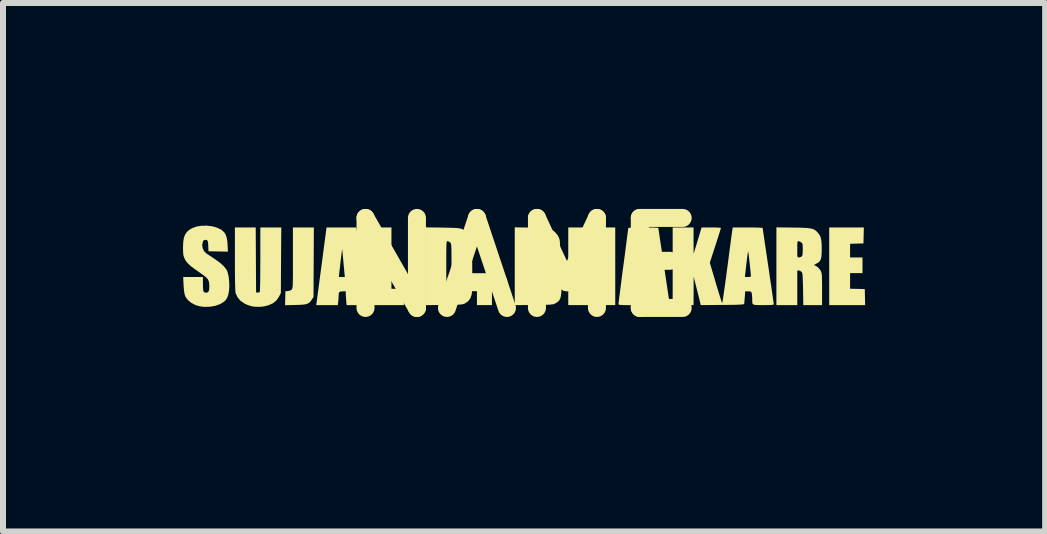
<source format=kicad_pcb>
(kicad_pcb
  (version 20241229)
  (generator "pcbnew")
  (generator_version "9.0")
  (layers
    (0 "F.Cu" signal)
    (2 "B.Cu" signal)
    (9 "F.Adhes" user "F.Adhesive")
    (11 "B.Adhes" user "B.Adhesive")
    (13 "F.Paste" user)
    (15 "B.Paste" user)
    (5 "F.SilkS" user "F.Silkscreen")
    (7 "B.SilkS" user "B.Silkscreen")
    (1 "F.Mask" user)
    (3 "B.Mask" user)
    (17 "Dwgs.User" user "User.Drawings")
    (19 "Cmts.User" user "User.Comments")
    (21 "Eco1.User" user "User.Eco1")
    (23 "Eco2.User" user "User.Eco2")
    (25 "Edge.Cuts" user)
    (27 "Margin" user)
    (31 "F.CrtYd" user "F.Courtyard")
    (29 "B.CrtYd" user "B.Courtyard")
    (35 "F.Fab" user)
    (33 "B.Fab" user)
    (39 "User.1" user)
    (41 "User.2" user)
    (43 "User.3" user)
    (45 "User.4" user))
  (footprint "NAME"
    (layer "F.Cu")
    (at 5.649 1.404)
    (property "Reference" "NAME" (at 0 0 0) (layer "F.SilkS") (effects (font (size 1.5 1.5) (thickness 0.3))))
    (attr board_only exclude_from_pos_files exclude_from_bom)
    (fp_poly (pts (xy -0.5 0.495) (xy -0.5 0.631) (xy -0.625 0.631) (xy -0.75 0.631) (xy -0.75 0.495) (xy -0.75 0.359) (xy -0.625 0.359) (xy -0.5 0.359)) (stroke (width 0) (type solid)) (fill yes) (layer "F.SilkS"))
    (fp_poly (pts (xy -2.175 -0.153) (xy -2.175 0.358) (xy -2.074 0.361) (xy -1.974 0.364) (xy -1.97 0.497) (xy -1.967 0.631) (xy -2.245 0.631) (xy -2.523 0.631) (xy -2.523 -0.016) (xy -2.523 -0.663) (xy -2.349 -0.663) (xy -2.175 -0.663)) (stroke (width 0) (type solid)) (fill yes) (layer "F.SilkS"))
    (fp_poly (pts (xy 1.12 -0.435) (xy 1.12 -0.207) (xy 1.163 -0.207) (xy 1.207 -0.207) (xy 1.207 -0.435) (xy 1.207 -0.663) (xy 1.381 -0.663) (xy 1.555 -0.663) (xy 1.555 -0.016) (xy 1.555 0.631) (xy 1.381 0.631) (xy 1.207 0.631) (xy 1.207 0.364) (xy 1.207 0.098) (xy 1.163 0.098) (xy 1.12 0.098) (xy 1.12 0.364) (xy 1.12 0.631) (xy 0.946 0.631) (xy 0.772 0.631) (xy 0.772 -0.016) (xy 0.772 -0.663) (xy 0.946 -0.663) (xy 1.12 -0.663)) (stroke (width 0) (type solid)) (fill yes) (layer "F.SilkS"))
    (fp_poly (pts (xy 5.695 -0.53) (xy 5.692 -0.397) (xy 5.581 -0.394) (xy 5.469 -0.391) (xy 5.469 -0.277) (xy 5.469 -0.163) (xy 5.573 -0.163) (xy 5.676 -0.163) (xy 5.676 -0.033) (xy 5.676 0.098) (xy 5.573 0.098) (xy 5.469 0.098) (xy 5.469 0.228) (xy 5.469 0.358) (xy 5.592 0.361) (xy 5.714 0.364) (xy 5.717 0.497) (xy 5.72 0.631) (xy 5.421 0.631) (xy 5.121 0.631) (xy 5.121 -0.016) (xy 5.121 -0.663) (xy 5.41 -0.663) (xy 5.698 -0.663)) (stroke (width 0) (type solid)) (fill yes) (layer "F.SilkS"))
    (fp_poly (pts (xy -3.471 -0.083) (xy -3.474 0.496) (xy -3.504 0.541) (xy -3.525 0.57) (xy -3.546 0.591) (xy -3.572 0.607) (xy -3.605 0.617) (xy -3.651 0.623) (xy -3.711 0.627) (xy -3.776 0.629) (xy -3.948 0.633) (xy -3.945 0.516) (xy -3.942 0.4) (xy -3.899 0.397) (xy -3.858 0.387) (xy -3.836 0.37) (xy -3.832 0.363) (xy -3.828 0.354) (xy -3.825 0.34) (xy -3.822 0.32) (xy -3.82 0.292) (xy -3.819 0.253) (xy -3.818 0.203) (xy -3.817 0.138) (xy -3.817 0.057) (xy -3.817 -0.041) (xy -3.817 -0.159) (xy -3.817 -0.663) (xy -3.642 -0.663) (xy -3.468 -0.663)) (stroke (width 0) (type solid)) (fill yes) (layer "F.SilkS"))
    (fp_poly (pts (xy -4.434 -0.122) (xy -4.431 0.419) (xy -4.405 0.422) (xy -4.381 0.42) (xy -4.37 0.411) (xy -4.368 0.398) (xy -4.366 0.365) (xy -4.365 0.314) (xy -4.363 0.249) (xy -4.362 0.17) (xy -4.361 0.08) (xy -4.361 -0.019) (xy -4.36 -0.124) (xy -4.36 -0.133) (xy -4.36 -0.663) (xy -4.186 -0.663) (xy -4.011 -0.663) (xy -4.015 -0.117) (xy -4.018 0.429) (xy -4.043 0.478) (xy -4.065 0.515) (xy -4.089 0.548) (xy -4.097 0.558) (xy -4.15 0.6) (xy -4.219 0.632) (xy -4.298 0.653) (xy -4.384 0.661) (xy -4.472 0.656) (xy -4.502 0.651) (xy -4.537 0.641) (xy -4.581 0.625) (xy -4.621 0.606) (xy -4.688 0.562) (xy -4.738 0.504) (xy -4.771 0.434) (xy -4.773 0.426) (xy -4.776 0.405) (xy -4.778 0.364) (xy -4.78 0.304) (xy -4.782 0.225) (xy -4.783 0.131) (xy -4.784 0.021) (xy -4.784 -0.102) (xy -4.784 -0.139) (xy -4.784 -0.663) (xy -4.61 -0.663) (xy -4.437 -0.663)) (stroke (width 0) (type solid)) (fill yes) (layer "F.SilkS"))
    (fp_poly (pts (xy -2.757 -0.639) (xy -2.754 -0.624) (xy -2.749 -0.589) (xy -2.741 -0.537) (xy -2.73 -0.47) (xy -2.718 -0.389) (xy -2.704 -0.297) (xy -2.689 -0.196) (xy -2.673 -0.087) (xy -2.664 -0.022) (xy -2.647 0.09) (xy -2.632 0.196) (xy -2.617 0.294) (xy -2.604 0.382) (xy -2.592 0.458) (xy -2.583 0.521) (xy -2.576 0.566) (xy -2.572 0.594) (xy -2.57 0.601) (xy -2.564 0.631) (xy -2.743 0.631) (xy -2.922 0.631) (xy -2.929 0.557) (xy -2.932 0.512) (xy -2.935 0.469) (xy -2.936 0.443) (xy -2.936 0.402) (xy -2.989 0.402) (xy -3.024 0.405) (xy -3.044 0.414) (xy -3.053 0.436) (xy -3.055 0.475) (xy -3.055 0.477) (xy -3.057 0.512) (xy -3.06 0.555) (xy -3.062 0.574) (xy -3.069 0.631) (xy -3.249 0.631) (xy -3.428 0.631) (xy -3.422 0.584) (xy -3.419 0.565) (xy -3.414 0.526) (xy -3.407 0.47) (xy -3.397 0.399) (xy -3.386 0.315) (xy -3.374 0.22) (xy -3.366 0.163) (xy -3.051 0.163) (xy -3.002 0.163) (xy -2.952 0.163) (xy -2.974 -0.07) (xy -2.98 -0.138) (xy -2.986 -0.199) (xy -2.991 -0.248) (xy -2.994 -0.282) (xy -2.996 -0.3) (xy -2.997 -0.301) (xy -2.998 -0.29) (xy -3.002 -0.262) (xy -3.008 -0.22) (xy -3.014 -0.168) (xy -3.021 -0.11) (xy -3.028 -0.051) (xy -3.034 0.006) (xy -3.04 0.057) (xy -3.045 0.097) (xy -3.047 0.122) (xy -3.051 0.163) (xy -3.366 0.163) (xy -3.36 0.116) (xy -3.345 0.006) (xy -3.336 -0.063) (xy -3.257 -0.663) (xy -3.01 -0.663) (xy -2.762 -0.663)) (stroke (width 0) (type solid)) (fill yes) (layer "F.SilkS"))
    (fp_poly (pts (xy -1.329 -0.661) (xy -1.239 -0.659) (xy -1.168 -0.657) (xy -1.114 -0.655) (xy -1.072 -0.652) (xy -1.041 -0.648) (xy -1.018 -0.643) (xy -1.001 -0.638) (xy -0.935 -0.604) (xy -0.886 -0.56) (xy -0.857 -0.514) (xy -0.851 -0.501) (xy -0.846 -0.487) (xy -0.841 -0.472) (xy -0.838 -0.452) (xy -0.835 -0.426) (xy -0.834 -0.391) (xy -0.832 -0.345) (xy -0.831 -0.286) (xy -0.83 -0.211) (xy -0.829 -0.118) (xy -0.829 -0.034) (xy -0.828 0.098) (xy -0.828 0.21) (xy -0.829 0.302) (xy -0.831 0.373) (xy -0.834 0.422) (xy -0.837 0.45) (xy -0.859 0.516) (xy -0.895 0.565) (xy -0.945 0.6) (xy -0.946 0.601) (xy -0.961 0.608) (xy -0.977 0.614) (xy -0.996 0.618) (xy -1.021 0.621) (xy -1.054 0.624) (xy -1.1 0.625) (xy -1.159 0.627) (xy -1.235 0.628) (xy -1.302 0.629) (xy -1.609 0.632) (xy -1.609 -0.016) (xy -1.261 -0.016) (xy -1.261 0.093) (xy -1.26 0.188) (xy -1.259 0.267) (xy -1.257 0.33) (xy -1.255 0.373) (xy -1.253 0.398) (xy -1.251 0.402) (xy -1.234 0.398) (xy -1.214 0.39) (xy -1.19 0.368) (xy -1.181 0.345) (xy -1.179 0.327) (xy -1.178 0.289) (xy -1.177 0.236) (xy -1.176 0.169) (xy -1.175 0.092) (xy -1.174 0.008) (xy -1.174 -0.039) (xy -1.174 -0.136) (xy -1.175 -0.214) (xy -1.175 -0.274) (xy -1.176 -0.32) (xy -1.178 -0.353) (xy -1.18 -0.377) (xy -1.184 -0.393) (xy -1.188 -0.403) (xy -1.193 -0.41) (xy -1.196 -0.413) (xy -1.22 -0.429) (xy -1.24 -0.435) (xy -1.245 -0.434) (xy -1.25 -0.431) (xy -1.253 -0.424) (xy -1.256 -0.41) (xy -1.258 -0.388) (xy -1.259 -0.355) (xy -1.26 -0.31) (xy -1.261 -0.25) (xy -1.261 -0.173) (xy -1.261 -0.078) (xy -1.261 -0.016) (xy -1.609 -0.016) (xy -1.609 -0.017) (xy -1.609 -0.665)) (stroke (width 0) (type solid)) (fill yes) (layer "F.SilkS"))
    (fp_poly (pts (xy 4.521 -0.661) (xy 4.617 -0.66) (xy 4.694 -0.657) (xy 4.754 -0.654) (xy 4.802 -0.648) (xy 4.839 -0.64) (xy 4.868 -0.629) (xy 4.892 -0.614) (xy 4.913 -0.595) (xy 4.933 -0.574) (xy 4.957 -0.543) (xy 4.974 -0.511) (xy 4.985 -0.473) (xy 4.992 -0.426) (xy 4.996 -0.364) (xy 4.996 -0.304) (xy 4.995 -0.231) (xy 4.991 -0.176) (xy 4.981 -0.135) (xy 4.966 -0.104) (xy 4.944 -0.081) (xy 4.912 -0.062) (xy 4.904 -0.058) (xy 4.879 -0.044) (xy 4.868 -0.035) (xy 4.871 -0.033) (xy 4.898 -0.024) (xy 4.93 -0.001) (xy 4.96 0.03) (xy 4.98 0.061) (xy 4.987 0.076) (xy 4.992 0.093) (xy 4.996 0.115) (xy 4.999 0.145) (xy 5 0.185) (xy 5.001 0.238) (xy 5.002 0.309) (xy 5.002 0.368) (xy 5.002 0.631) (xy 4.845 0.631) (xy 4.689 0.631) (xy 4.685 0.365) (xy 4.683 0.281) (xy 4.681 0.216) (xy 4.679 0.168) (xy 4.677 0.133) (xy 4.674 0.109) (xy 4.67 0.093) (xy 4.664 0.082) (xy 4.66 0.077) (xy 4.636 0.06) (xy 4.614 0.054) (xy 4.589 0.054) (xy 4.589 0.343) (xy 4.589 0.631) (xy 4.415 0.631) (xy 4.241 0.631) (xy 4.241 -0.017) (xy 4.241 -0.299) (xy 4.589 -0.299) (xy 4.589 -0.243) (xy 4.589 -0.205) (xy 4.592 -0.181) (xy 4.596 -0.169) (xy 4.603 -0.164) (xy 4.613 -0.163) (xy 4.614 -0.163) (xy 4.643 -0.169) (xy 4.659 -0.178) (xy 4.669 -0.188) (xy 4.675 -0.205) (xy 4.678 -0.234) (xy 4.68 -0.278) (xy 4.68 -0.293) (xy 4.68 -0.341) (xy 4.678 -0.372) (xy 4.674 -0.392) (xy 4.666 -0.405) (xy 4.655 -0.414) (xy 4.63 -0.429) (xy 4.609 -0.435) (xy 4.601 -0.433) (xy 4.595 -0.427) (xy 4.591 -0.411) (xy 4.589 -0.383) (xy 4.589 -0.339) (xy 4.589 -0.299) (xy 4.241 -0.299) (xy 4.241 -0.665)) (stroke (width 0) (type solid)) (fill yes) (layer "F.SilkS"))
    (fp_poly (pts (xy 2.094 -0.663) (xy 2.152 -0.662) (xy 2.203 -0.661) (xy 2.243 -0.659) (xy 2.267 -0.657) (xy 2.273 -0.655) (xy 2.275 -0.643) (xy 2.279 -0.612) (xy 2.287 -0.562) (xy 2.296 -0.497) (xy 2.308 -0.418) (xy 2.322 -0.327) (xy 2.337 -0.226) (xy 2.353 -0.117) (xy 2.369 -0.011) (xy 2.464 0.625) (xy 2.291 0.628) (xy 2.231 0.629) (xy 2.18 0.629) (xy 2.141 0.629) (xy 2.118 0.627) (xy 2.113 0.627) (xy 2.11 0.614) (xy 2.106 0.586) (xy 2.103 0.547) (xy 2.103 0.537) (xy 2.099 0.481) (xy 2.095 0.443) (xy 2.089 0.42) (xy 2.079 0.408) (xy 2.064 0.403) (xy 2.041 0.402) (xy 2.034 0.402) (xy 1.982 0.402) (xy 1.974 0.516) (xy 1.966 0.631) (xy 1.788 0.631) (xy 1.722 0.631) (xy 1.674 0.63) (xy 1.643 0.628) (xy 1.623 0.626) (xy 1.613 0.621) (xy 1.61 0.615) (xy 1.609 0.609) (xy 1.611 0.594) (xy 1.615 0.56) (xy 1.621 0.509) (xy 1.63 0.441) (xy 1.64 0.361) (xy 1.652 0.268) (xy 1.665 0.166) (xy 1.665 0.163) (xy 1.978 0.163) (xy 2.027 0.163) (xy 2.058 0.162) (xy 2.072 0.157) (xy 2.076 0.144) (xy 2.076 0.133) (xy 2.074 0.098) (xy 2.07 0.052) (xy 2.066 -0.001) (xy 2.06 -0.057) (xy 2.053 -0.112) (xy 2.047 -0.164) (xy 2.041 -0.207) (xy 2.036 -0.239) (xy 2.032 -0.255) (xy 2.031 -0.256) (xy 2.027 -0.237) (xy 2.022 -0.202) (xy 2.015 -0.154) (xy 2.009 -0.098) (xy 2.007 -0.082) (xy 2 -0.022) (xy 1.994 0.034) (xy 1.988 0.081) (xy 1.984 0.113) (xy 1.984 0.117) (xy 1.978 0.163) (xy 1.665 0.163) (xy 1.679 0.057) (xy 1.691 -0.03) (xy 1.706 -0.143) (xy 1.72 -0.25) (xy 1.733 -0.349) (xy 1.744 -0.437) (xy 1.754 -0.513) (xy 1.762 -0.574) (xy 1.768 -0.62) (xy 1.772 -0.647) (xy 1.772 -0.655) (xy 1.783 -0.657) (xy 1.811 -0.66) (xy 1.854 -0.661) (xy 1.907 -0.662) (xy 1.967 -0.663) (xy 2.031 -0.663)) (stroke (width 0) (type solid)) (fill yes) (layer "F.SilkS"))
    (fp_poly (pts (xy 0.155 -0.661) (xy 0.24 -0.66) (xy 0.307 -0.659) (xy 0.358 -0.657) (xy 0.396 -0.655) (xy 0.425 -0.651) (xy 0.446 -0.647) (xy 0.464 -0.641) (xy 0.478 -0.635) (xy 0.543 -0.594) (xy 0.592 -0.538) (xy 0.613 -0.5) (xy 0.623 -0.476) (xy 0.629 -0.449) (xy 0.633 -0.416) (xy 0.635 -0.37) (xy 0.636 -0.313) (xy 0.635 -0.246) (xy 0.631 -0.196) (xy 0.622 -0.16) (xy 0.607 -0.134) (xy 0.583 -0.113) (xy 0.55 -0.093) (xy 0.546 -0.091) (xy 0.501 -0.068) (xy 0.545 -0.048) (xy 0.599 -0.013) (xy 0.637 0.037) (xy 0.653 0.078) (xy 0.658 0.109) (xy 0.661 0.157) (xy 0.662 0.221) (xy 0.661 0.296) (xy 0.661 0.303) (xy 0.659 0.385) (xy 0.654 0.447) (xy 0.646 0.495) (xy 0.634 0.53) (xy 0.617 0.557) (xy 0.593 0.579) (xy 0.564 0.598) (xy 0.55 0.606) (xy 0.536 0.612) (xy 0.52 0.617) (xy 0.499 0.62) (xy 0.471 0.623) (xy 0.432 0.625) (xy 0.381 0.626) (xy 0.314 0.627) (xy 0.228 0.628) (xy 0.198 0.629) (xy -0.12 0.632) (xy -0.12 0.228) (xy 0.228 0.228) (xy 0.228 0.405) (xy 0.258 0.397) (xy 0.285 0.388) (xy 0.3 0.379) (xy 0.31 0.361) (xy 0.316 0.326) (xy 0.321 0.28) (xy 0.323 0.229) (xy 0.322 0.177) (xy 0.318 0.131) (xy 0.312 0.095) (xy 0.306 0.078) (xy 0.29 0.067) (xy 0.264 0.059) (xy 0.263 0.059) (xy 0.228 0.052) (xy 0.228 0.228) (xy -0.12 0.228) (xy -0.12 -0.016) (xy -0.12 -0.299) (xy 0.228 -0.299) (xy 0.228 -0.163) (xy 0.259 -0.163) (xy 0.286 -0.168) (xy 0.302 -0.176) (xy 0.309 -0.195) (xy 0.314 -0.233) (xy 0.315 -0.289) (xy 0.315 -0.295) (xy 0.315 -0.345) (xy 0.313 -0.377) (xy 0.309 -0.397) (xy 0.301 -0.409) (xy 0.291 -0.418) (xy 0.266 -0.431) (xy 0.248 -0.435) (xy 0.24 -0.433) (xy 0.234 -0.425) (xy 0.231 -0.408) (xy 0.229 -0.377) (xy 0.228 -0.33) (xy 0.228 -0.299) (xy -0.12 -0.299) (xy -0.12 -0.665)) (stroke (width 0) (type solid)) (fill yes) (layer "F.SilkS"))
    (fp_poly (pts (xy -5.17 -0.684) (xy -5.09 -0.663) (xy -5.021 -0.631) (xy -5.003 -0.619) (xy -4.966 -0.586) (xy -4.939 -0.546) (xy -4.921 -0.495) (xy -4.91 -0.429) (xy -4.906 -0.372) (xy -4.901 -0.26) (xy -5.063 -0.263) (xy -5.225 -0.266) (xy -5.227 -0.337) (xy -5.23 -0.39) (xy -5.234 -0.424) (xy -5.241 -0.444) (xy -5.253 -0.454) (xy -5.27 -0.457) (xy -5.274 -0.457) (xy -5.301 -0.451) (xy -5.316 -0.432) (xy -5.317 -0.429) (xy -5.329 -0.371) (xy -5.321 -0.315) (xy -5.296 -0.265) (xy -5.256 -0.227) (xy -5.228 -0.209) (xy -5.189 -0.183) (xy -5.144 -0.153) (xy -5.121 -0.138) (xy -5.035 -0.077) (xy -4.97 -0.018) (xy -4.926 0.037) (xy -4.914 0.061) (xy -4.899 0.106) (xy -4.887 0.167) (xy -4.88 0.235) (xy -4.877 0.306) (xy -4.88 0.371) (xy -4.881 0.381) (xy -4.893 0.453) (xy -4.912 0.508) (xy -4.94 0.551) (xy -4.982 0.586) (xy -5.029 0.613) (xy -5.108 0.642) (xy -5.198 0.658) (xy -5.292 0.661) (xy -5.368 0.652) (xy -5.445 0.629) (xy -5.512 0.593) (xy -5.567 0.547) (xy -5.606 0.494) (xy -5.616 0.47) (xy -5.626 0.432) (xy -5.633 0.378) (xy -5.639 0.313) (xy -5.64 0.291) (xy -5.646 0.163) (xy -5.482 0.163) (xy -5.317 0.163) (xy -5.317 0.281) (xy -5.316 0.339) (xy -5.313 0.379) (xy -5.306 0.405) (xy -5.293 0.418) (xy -5.274 0.423) (xy -5.26 0.424) (xy -5.235 0.417) (xy -5.218 0.394) (xy -5.211 0.355) (xy -5.211 0.296) (xy -5.211 0.29) (xy -5.215 0.255) (xy -5.222 0.227) (xy -5.234 0.201) (xy -5.256 0.176) (xy -5.288 0.148) (xy -5.333 0.115) (xy -5.393 0.073) (xy -5.464 0.023) (xy -5.518 -0.018) (xy -5.559 -0.055) (xy -5.59 -0.089) (xy -5.612 -0.122) (xy -5.623 -0.144) (xy -5.634 -0.172) (xy -5.642 -0.199) (xy -5.646 -0.232) (xy -5.648 -0.275) (xy -5.649 -0.332) (xy -5.645 -0.419) (xy -5.635 -0.488) (xy -5.615 -0.543) (xy -5.584 -0.588) (xy -5.542 -0.625) (xy -5.496 -0.651) (xy -5.425 -0.678) (xy -5.344 -0.691) (xy -5.257 -0.693)) (stroke (width 0) (type solid)) (fill yes) (layer "F.SilkS"))
    (fp_poly (pts (xy 2.86 -0.443) (xy 2.861 -0.223) (xy 2.928 -0.443) (xy 2.994 -0.663) (xy 3.155 -0.663) (xy 3.212 -0.663) (xy 3.259 -0.661) (xy 3.295 -0.659) (xy 3.314 -0.656) (xy 3.316 -0.654) (xy 3.313 -0.642) (xy 3.304 -0.612) (xy 3.29 -0.567) (xy 3.271 -0.509) (xy 3.25 -0.441) (xy 3.226 -0.367) (xy 3.224 -0.361) (xy 3.131 -0.076) (xy 3.23 0.258) (xy 3.254 0.34) (xy 3.277 0.415) (xy 3.297 0.48) (xy 3.314 0.534) (xy 3.327 0.574) (xy 3.335 0.596) (xy 3.336 0.6) (xy 3.339 0.591) (xy 3.344 0.563) (xy 3.352 0.516) (xy 3.361 0.454) (xy 3.372 0.377) (xy 3.385 0.289) (xy 3.398 0.19) (xy 3.402 0.163) (xy 3.716 0.163) (xy 3.766 0.163) (xy 3.801 0.16) (xy 3.816 0.152) (xy 3.816 0.15) (xy 3.815 0.128) (xy 3.811 0.091) (xy 3.807 0.042) (xy 3.801 -0.013) (xy 3.795 -0.072) (xy 3.788 -0.129) (xy 3.782 -0.181) (xy 3.777 -0.224) (xy 3.773 -0.254) (xy 3.771 -0.267) (xy 3.771 -0.267) (xy 3.768 -0.258) (xy 3.763 -0.229) (xy 3.756 -0.182) (xy 3.748 -0.118) (xy 3.738 -0.038) (xy 3.728 0.056) (xy 3.723 0.101) (xy 3.716 0.163) (xy 3.402 0.163) (xy 3.412 0.083) (xy 3.424 -0.003) (xy 3.439 -0.117) (xy 3.453 -0.224) (xy 3.466 -0.324) (xy 3.478 -0.413) (xy 3.488 -0.49) (xy 3.497 -0.554) (xy 3.503 -0.601) (xy 3.508 -0.63) (xy 3.509 -0.639) (xy 3.514 -0.663) (xy 3.763 -0.663) (xy 3.838 -0.663) (xy 3.902 -0.662) (xy 3.954 -0.66) (xy 3.991 -0.658) (xy 4.01 -0.655) (xy 4.012 -0.653) (xy 4.014 -0.641) (xy 4.018 -0.609) (xy 4.025 -0.56) (xy 4.035 -0.495) (xy 4.046 -0.416) (xy 4.06 -0.325) (xy 4.075 -0.224) (xy 4.091 -0.115) (xy 4.105 -0.022) (xy 4.122 0.092) (xy 4.137 0.199) (xy 4.152 0.299) (xy 4.165 0.388) (xy 4.176 0.466) (xy 4.185 0.529) (xy 4.192 0.576) (xy 4.196 0.605) (xy 4.197 0.615) (xy 4.194 0.621) (xy 4.183 0.625) (xy 4.16 0.628) (xy 4.124 0.63) (xy 4.071 0.631) (xy 4.024 0.631) (xy 3.957 0.631) (xy 3.908 0.63) (xy 3.875 0.626) (xy 3.854 0.619) (xy 3.843 0.606) (xy 3.839 0.586) (xy 3.838 0.558) (xy 3.838 0.54) (xy 3.837 0.498) (xy 3.833 0.456) (xy 3.831 0.443) (xy 3.826 0.419) (xy 3.817 0.407) (xy 3.798 0.403) (xy 3.773 0.402) (xy 3.721 0.402) (xy 3.714 0.497) (xy 3.71 0.542) (xy 3.707 0.58) (xy 3.705 0.604) (xy 3.704 0.609) (xy 3.701 0.613) (xy 3.692 0.617) (xy 3.675 0.62) (xy 3.647 0.622) (xy 3.607 0.624) (xy 3.553 0.626) (xy 3.482 0.627) (xy 3.392 0.628) (xy 3.34 0.628) (xy 2.979 0.631) (xy 2.973 0.601) (xy 2.968 0.581) (xy 2.959 0.544) (xy 2.947 0.494) (xy 2.932 0.434) (xy 2.915 0.368) (xy 2.914 0.364) (xy 2.862 0.158) (xy 2.861 0.394) (xy 2.86 0.631) (xy 2.686 0.631) (xy 2.512 0.631) (xy 2.512 -0.016) (xy 2.512 -0.663) (xy 2.686 -0.663) (xy 2.86 -0.663)) (stroke (width 0) (type solid)) (fill yes) (layer "F.SilkS")))
  (gr_rect
    (start -3 -3)
    (end 14.369 5.808)
    (stroke (width 0.1) (type default))
    (fill no)
    (layer "Edge.Cuts")))
</source>
